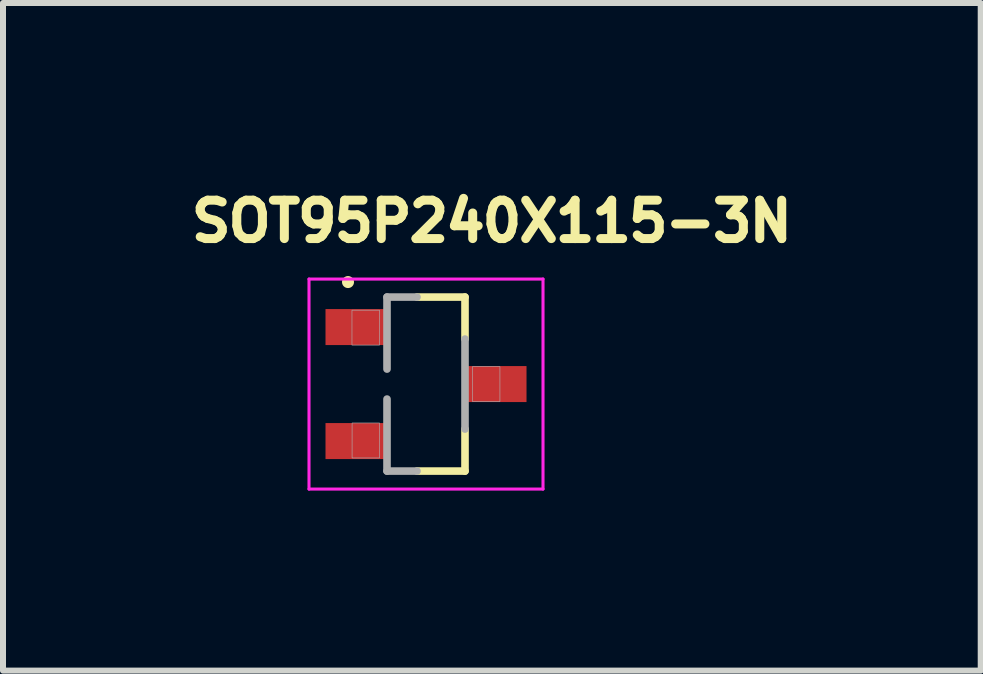
<source format=kicad_pcb>
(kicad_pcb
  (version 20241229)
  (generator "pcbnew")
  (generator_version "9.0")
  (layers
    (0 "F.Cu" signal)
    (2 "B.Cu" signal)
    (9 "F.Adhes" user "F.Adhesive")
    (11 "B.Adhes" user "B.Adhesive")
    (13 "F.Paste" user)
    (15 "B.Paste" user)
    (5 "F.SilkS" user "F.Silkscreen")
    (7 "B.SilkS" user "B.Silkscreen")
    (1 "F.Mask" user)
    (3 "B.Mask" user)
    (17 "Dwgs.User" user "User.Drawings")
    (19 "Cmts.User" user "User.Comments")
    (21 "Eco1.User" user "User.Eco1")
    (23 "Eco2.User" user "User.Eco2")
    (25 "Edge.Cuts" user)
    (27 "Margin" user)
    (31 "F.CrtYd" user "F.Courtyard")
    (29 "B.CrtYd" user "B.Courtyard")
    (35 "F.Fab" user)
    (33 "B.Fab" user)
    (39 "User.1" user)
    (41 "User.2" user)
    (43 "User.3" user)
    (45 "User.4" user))
  (footprint "SOT95P240X115-3N"
    (layer "F.Cu")
    (at 4.05 3.351)
    (property "Reference" "SOT95P240X115-3N" (at 1.098 -2.713 0) (layer "F.SilkS") (effects (font (size 0.64 0.64) (thickness 0.15))))
    (attr through_hole)
    (fp_line (start 0.65 -1.45) (end -0.15 -1.45) (stroke (width 0.127) (type solid)) (layer "F.SilkS"))
    (fp_line (start 0.65 -1.45) (end 0.65 -0.75) (stroke (width 0.127) (type solid)) (layer "F.SilkS"))
    (fp_line (start 0.65 1.45) (end -0.15 1.45) (stroke (width 0.127) (type solid)) (layer "F.SilkS"))
    (fp_line (start 0.65 1.45) (end 0.65 0.75) (stroke (width 0.127) (type solid)) (layer "F.SilkS"))
    (fp_circle (center -1.3 -1.7) (end -1.2 -1.7) (stroke (width 0) (type solid)) (fill yes) (layer "F.SilkS"))
    (fp_line (start -1.95 -1.75) (end 1.95 -1.75) (stroke (width 0.051) (type solid)) (layer "F.CrtYd"))
    (fp_line (start -1.95 1.75) (end -1.95 -1.75) (stroke (width 0.051) (type solid)) (layer "F.CrtYd"))
    (fp_line (start 1.95 -1.75) (end 1.95 1.75) (stroke (width 0.051) (type solid)) (layer "F.CrtYd"))
    (fp_line (start 1.95 1.75) (end -1.95 1.75) (stroke (width 0.051) (type solid)) (layer "F.CrtYd"))
    (fp_line (start -0.65 -1.45) (end -0.65 -0.25) (stroke (width 0.127) (type solid)) (layer "F.Fab"))
    (fp_line (start -0.65 0.25) (end -0.65 1.45) (stroke (width 0.127) (type solid)) (layer "F.Fab"))
    (fp_line (start -0.65 1.45) (end -0.15 1.45) (stroke (width 0.127) (type solid)) (layer "F.Fab"))
    (fp_line (start -0.15 -1.45) (end -0.65 -1.45) (stroke (width 0.127) (type solid)) (layer "F.Fab"))
    (fp_line (start 0.65 -0.75) (end 0.65 0.75) (stroke (width 0.127) (type solid)) (layer "F.Fab"))
    (fp_poly (pts (xy -1.234 -1.232) (xy -0.775 -1.232) (xy -0.775 -0.649) (xy -1.234 -0.649)) (stroke (width 0.01) (type solid)) (fill no) (layer "F.Fab"))
    (fp_poly (pts (xy -1.232 0.648) (xy -0.775 0.648) (xy -0.775 1.232) (xy -1.232 1.232)) (stroke (width 0.01) (type solid)) (fill no) (layer "F.Fab"))
    (fp_poly (pts (xy 0.775 -0.292) (xy 1.232 -0.292) (xy 1.232 0.292) (xy 0.775 0.292)) (stroke (width 0.01) (type solid)) (fill no) (layer "F.Fab"))
    (pad "1" smd rect (at -1.15 -0.95) (size 1.05 0.6) (layers "F.Cu" "F.Mask" "F.Paste"))
    (pad "2" smd rect (at -1.15 0.95) (size 1.05 0.6) (layers "F.Cu" "F.Mask" "F.Paste"))
    (pad "3" smd rect (at 1.15 0) (size 1.05 0.6) (layers "F.Cu" "F.Mask" "F.Paste")))
  (gr_rect
    (start -3 -3)
    (end 13.295 8.127)
    (stroke (width 0.1) (type default))
    (fill no)
    (layer "Edge.Cuts")))
</source>
